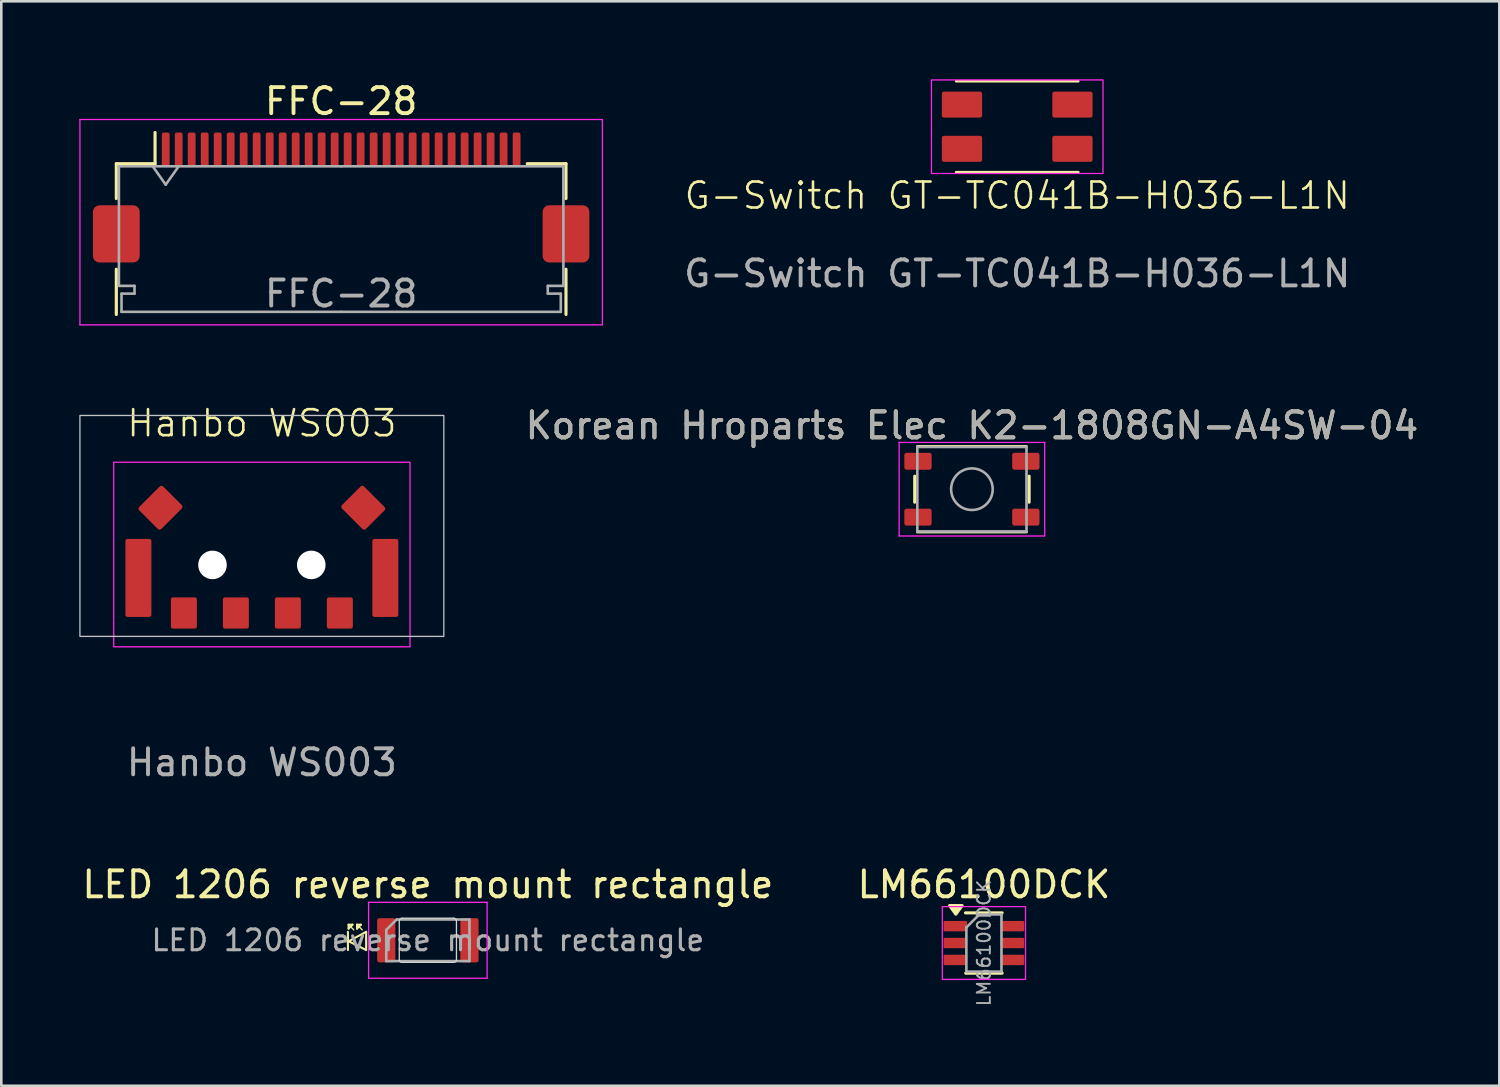
<source format=kicad_pcb>
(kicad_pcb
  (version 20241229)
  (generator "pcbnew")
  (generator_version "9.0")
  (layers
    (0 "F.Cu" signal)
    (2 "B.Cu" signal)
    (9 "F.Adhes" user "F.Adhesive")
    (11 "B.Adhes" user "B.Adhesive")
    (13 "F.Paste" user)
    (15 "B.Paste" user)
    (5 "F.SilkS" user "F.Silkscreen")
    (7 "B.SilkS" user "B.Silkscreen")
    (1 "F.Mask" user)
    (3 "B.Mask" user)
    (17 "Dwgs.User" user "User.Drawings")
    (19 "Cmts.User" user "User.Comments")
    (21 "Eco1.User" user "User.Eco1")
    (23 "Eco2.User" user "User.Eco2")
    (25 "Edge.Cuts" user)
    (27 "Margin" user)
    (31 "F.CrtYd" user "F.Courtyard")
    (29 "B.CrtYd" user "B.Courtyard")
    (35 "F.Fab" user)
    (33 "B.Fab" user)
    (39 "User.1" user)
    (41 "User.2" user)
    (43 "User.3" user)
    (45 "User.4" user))
  (footprint "LM66100DCK"
    (layer "F.Cu")
    (at 34.804 33.23)
    (property "Reference" "LM66100DCK" (at 0 -2.25 180) (layer "F.SilkS") (effects (font (size 1 1) (thickness 0.15))))
    (attr smd)
    (fp_line (start -0.71 -1.16) (end 0.7 -1.16) (stroke (width 0.12) (type solid)) (layer "F.SilkS"))
    (fp_line (start -0.7 1.16) (end 0.7 1.16) (stroke (width 0.12) (type solid)) (layer "F.SilkS"))
    (fp_poly (pts (xy -1.08 -1.11) (xy -1.32 -1.44) (xy -0.84 -1.44) (xy -1.08 -1.11)) (stroke (width 0.12) (type solid)) (fill yes) (layer "F.SilkS"))
    (fp_line (start -1.6 -1.4) (end -1.6 1.4) (stroke (width 0.05) (type solid)) (layer "F.CrtYd"))
    (fp_line (start -1.6 -1.4) (end 1.6 -1.4) (stroke (width 0.05) (type solid)) (layer "F.CrtYd"))
    (fp_line (start -1.6 1.4) (end 1.6 1.4) (stroke (width 0.05) (type solid)) (layer "F.CrtYd"))
    (fp_line (start 1.6 1.4) (end 1.6 -1.4) (stroke (width 0.05) (type solid)) (layer "F.CrtYd"))
    (fp_line (start -0.675 -0.6) (end -0.675 1.1) (stroke (width 0.1) (type solid)) (layer "F.Fab"))
    (fp_line (start -0.175 -1.1) (end -0.675 -0.6) (stroke (width 0.1) (type solid)) (layer "F.Fab"))
    (fp_line (start 0.675 -1.1) (end -0.175 -1.1) (stroke (width 0.1) (type solid)) (layer "F.Fab"))
    (fp_line (start 0.675 -1.1) (end 0.675 1.1) (stroke (width 0.1) (type solid)) (layer "F.Fab"))
    (fp_line (start 0.675 1.1) (end -0.675 1.1) (stroke (width 0.1) (type solid)) (layer "F.Fab"))
    (fp_text user "${REFERENCE}" (at 0 0 90) (layer "F.Fab") (effects (font (size 0.5 0.5) (thickness 0.075))))
    (pad "1" smd roundrect (at -1.1 -0.65) (size 0.9 0.4) (layers "F.Cu" "F.Mask" "F.Paste") (roundrect_rratio 0.125))
    (pad "2" smd roundrect (at -1.1 0) (size 0.9 0.4) (layers "F.Cu" "F.Mask" "F.Paste") (roundrect_rratio 0.125))
    (pad "3" smd roundrect (at -1.1 0.65) (size 0.9 0.4) (layers "F.Cu" "F.Mask" "F.Paste") (roundrect_rratio 0.125))
    (pad "4" smd roundrect (at 1.1 0.65) (size 0.9 0.4) (layers "F.Cu" "F.Mask" "F.Paste") (roundrect_rratio 0.125))
    (pad "5" smd roundrect (at 1.1 0) (size 0.9 0.4) (layers "F.Cu" "F.Mask" "F.Paste") (roundrect_rratio 0.125))
    (pad "6" smd roundrect (at 1.1 -0.65) (size 0.9 0.4) (layers "F.Cu" "F.Mask" "F.Paste") (roundrect_rratio 0.125)))
  (footprint "FFC-28"
    (layer "F.Cu")
    (at 10.075 4.548)
    (property "Reference" "FFC-28" (at 0 -3.7 0) (layer "F.SilkS") (effects (font (size 1 1) (thickness 0.15))))
    (attr smd)
    (fp_line (start -8.65 -1.3) (end -8.65 0.04) (stroke (width 0.12) (type solid)) (layer "F.SilkS"))
    (fp_line (start -8.65 2.76) (end -8.65 4.5) (stroke (width 0.12) (type solid)) (layer "F.SilkS"))
    (fp_line (start -7.16 -1.3) (end -8.65 -1.3) (stroke (width 0.12) (type solid)) (layer "F.SilkS"))
    (fp_line (start -7.16 -1.3) (end -7.16 -2.5) (stroke (width 0.12) (type solid)) (layer "F.SilkS"))
    (fp_line (start 7.16 -1.3) (end 8.65 -1.3) (stroke (width 0.12) (type solid)) (layer "F.SilkS"))
    (fp_line (start 8.65 -1.3) (end 8.65 0.04) (stroke (width 0.12) (type solid)) (layer "F.SilkS"))
    (fp_line (start 8.65 4.5) (end 8.65 2.76) (stroke (width 0.12) (type solid)) (layer "F.SilkS"))
    (fp_line (start -10.05 -3) (end -10.05 4.9) (stroke (width 0.05) (type solid)) (layer "F.CrtYd"))
    (fp_line (start -10.05 4.9) (end 10.05 4.9) (stroke (width 0.05) (type solid)) (layer "F.CrtYd"))
    (fp_line (start 10.05 -3) (end -10.05 -3) (stroke (width 0.05) (type solid)) (layer "F.CrtYd"))
    (fp_line (start 10.05 4.9) (end 10.05 -3) (stroke (width 0.05) (type solid)) (layer "F.CrtYd"))
    (fp_line (start -8.55 -1.2) (end -8.55 3.4) (stroke (width 0.1) (type solid)) (layer "F.Fab"))
    (fp_line (start -8.55 3.4) (end -7.95 3.4) (stroke (width 0.1) (type solid)) (layer "F.Fab"))
    (fp_line (start -8.45 3.7) (end -8.45 4.4) (stroke (width 0.1) (type solid)) (layer "F.Fab"))
    (fp_line (start -8.45 4.4) (end 0 4.4) (stroke (width 0.1) (type solid)) (layer "F.Fab"))
    (fp_line (start -7.95 3.4) (end -7.95 3.7) (stroke (width 0.1) (type solid)) (layer "F.Fab"))
    (fp_line (start -7.95 3.7) (end -8.45 3.7) (stroke (width 0.1) (type solid)) (layer "F.Fab"))
    (fp_line (start -7.25 -1.2) (end -6.75 -0.493) (stroke (width 0.1) (type solid)) (layer "F.Fab"))
    (fp_line (start -6.75 -0.493) (end -6.25 -1.2) (stroke (width 0.1) (type solid)) (layer "F.Fab"))
    (fp_line (start 0 -1.2) (end -8.55 -1.2) (stroke (width 0.1) (type solid)) (layer "F.Fab"))
    (fp_line (start 0 -1.2) (end 8.55 -1.2) (stroke (width 0.1) (type solid)) (layer "F.Fab"))
    (fp_line (start 7.95 3.4) (end 7.95 3.7) (stroke (width 0.1) (type solid)) (layer "F.Fab"))
    (fp_line (start 7.95 3.7) (end 8.45 3.7) (stroke (width 0.1) (type solid)) (layer "F.Fab"))
    (fp_line (start 8.45 3.7) (end 8.45 4.4) (stroke (width 0.1) (type solid)) (layer "F.Fab"))
    (fp_line (start 8.45 4.4) (end 0 4.4) (stroke (width 0.1) (type solid)) (layer "F.Fab"))
    (fp_line (start 8.55 -1.2) (end 8.55 3.4) (stroke (width 0.1) (type solid)) (layer "F.Fab"))
    (fp_line (start 8.55 3.4) (end 7.95 3.4) (stroke (width 0.1) (type solid)) (layer "F.Fab"))
    (fp_text user "${REFERENCE}" (at 0 3.7 0) (layer "F.Fab") (effects (font (size 1 1) (thickness 0.15))))
    (pad "1" smd roundrect (at -6.75 -1.85) (size 0.3 1.3) (layers "F.Cu" "F.Mask" "F.Paste") (roundrect_rratio 0.25))
    (pad "2" smd roundrect (at -6.25 -1.85) (size 0.3 1.3) (layers "F.Cu" "F.Mask" "F.Paste") (roundrect_rratio 0.25))
    (pad "3" smd roundrect (at -5.75 -1.85) (size 0.3 1.3) (layers "F.Cu" "F.Mask" "F.Paste") (roundrect_rratio 0.25))
    (pad "4" smd roundrect (at -5.25 -1.85) (size 0.3 1.3) (layers "F.Cu" "F.Mask" "F.Paste") (roundrect_rratio 0.25))
    (pad "5" smd roundrect (at -4.75 -1.85) (size 0.3 1.3) (layers "F.Cu" "F.Mask" "F.Paste") (roundrect_rratio 0.25))
    (pad "6" smd roundrect (at -4.25 -1.85) (size 0.3 1.3) (layers "F.Cu" "F.Mask" "F.Paste") (roundrect_rratio 0.25))
    (pad "7" smd roundrect (at -3.75 -1.85) (size 0.3 1.3) (layers "F.Cu" "F.Mask" "F.Paste") (roundrect_rratio 0.25))
    (pad "8" smd roundrect (at -3.25 -1.85) (size 0.3 1.3) (layers "F.Cu" "F.Mask" "F.Paste") (roundrect_rratio 0.25))
    (pad "9" smd roundrect (at -2.75 -1.85) (size 0.3 1.3) (layers "F.Cu" "F.Mask" "F.Paste") (roundrect_rratio 0.25))
    (pad "10" smd roundrect (at -2.25 -1.85) (size 0.3 1.3) (layers "F.Cu" "F.Mask" "F.Paste") (roundrect_rratio 0.25))
    (pad "11" smd roundrect (at -1.75 -1.85) (size 0.3 1.3) (layers "F.Cu" "F.Mask" "F.Paste") (roundrect_rratio 0.25))
    (pad "12" smd roundrect (at -1.25 -1.85) (size 0.3 1.3) (layers "F.Cu" "F.Mask" "F.Paste") (roundrect_rratio 0.25))
    (pad "13" smd roundrect (at -0.75 -1.85) (size 0.3 1.3) (layers "F.Cu" "F.Mask" "F.Paste") (roundrect_rratio 0.25))
    (pad "14" smd roundrect (at -0.25 -1.85) (size 0.3 1.3) (layers "F.Cu" "F.Mask" "F.Paste") (roundrect_rratio 0.25))
    (pad "15" smd roundrect (at 0.25 -1.85) (size 0.3 1.3) (layers "F.Cu" "F.Mask" "F.Paste") (roundrect_rratio 0.25))
    (pad "16" smd roundrect (at 0.75 -1.85) (size 0.3 1.3) (layers "F.Cu" "F.Mask" "F.Paste") (roundrect_rratio 0.25))
    (pad "17" smd roundrect (at 1.25 -1.85) (size 0.3 1.3) (layers "F.Cu" "F.Mask" "F.Paste") (roundrect_rratio 0.25))
    (pad "18" smd roundrect (at 1.75 -1.85) (size 0.3 1.3) (layers "F.Cu" "F.Mask" "F.Paste") (roundrect_rratio 0.25))
    (pad "19" smd roundrect (at 2.25 -1.85) (size 0.3 1.3) (layers "F.Cu" "F.Mask" "F.Paste") (roundrect_rratio 0.25))
    (pad "20" smd roundrect (at 2.75 -1.85) (size 0.3 1.3) (layers "F.Cu" "F.Mask" "F.Paste") (roundrect_rratio 0.25))
    (pad "21" smd roundrect (at 3.25 -1.85) (size 0.3 1.3) (layers "F.Cu" "F.Mask" "F.Paste") (roundrect_rratio 0.25))
    (pad "22" smd roundrect (at 3.75 -1.85) (size 0.3 1.3) (layers "F.Cu" "F.Mask" "F.Paste") (roundrect_rratio 0.25))
    (pad "23" smd roundrect (at 4.25 -1.85) (size 0.3 1.3) (layers "F.Cu" "F.Mask" "F.Paste") (roundrect_rratio 0.25))
    (pad "24" smd roundrect (at 4.75 -1.85) (size 0.3 1.3) (layers "F.Cu" "F.Mask" "F.Paste") (roundrect_rratio 0.25))
    (pad "25" smd roundrect (at 5.25 -1.85) (size 0.3 1.3) (layers "F.Cu" "F.Mask" "F.Paste") (roundrect_rratio 0.25))
    (pad "26" smd roundrect (at 5.75 -1.85) (size 0.3 1.3) (layers "F.Cu" "F.Mask" "F.Paste") (roundrect_rratio 0.25))
    (pad "27" smd roundrect (at 6.25 -1.85) (size 0.3 1.3) (layers "F.Cu" "F.Mask" "F.Paste") (roundrect_rratio 0.25))
    (pad "28" smd roundrect (at 6.75 -1.85) (size 0.3 1.3) (layers "F.Cu" "F.Mask" "F.Paste") (roundrect_rratio 0.25))
    (pad "MP" smd roundrect (at -8.65 1.4) (size 1.8 2.2) (layers "F.Cu" "F.Mask" "F.Paste") (roundrect_rratio 0.139))
    (pad "MP" smd roundrect (at 8.65 1.4) (size 1.8 2.2) (layers "F.Cu" "F.Mask" "F.Paste") (roundrect_rratio 0.139)))
  (footprint "LED 1206 reverse mount rectangle"
    (layer "F.Cu")
    (at 13.411 33.125)
    (property "Reference" "LED 1206 reverse mount rectangle" (at 0 -2.145 0) (layer "F.SilkS") (effects (font (size 1 1) (thickness 0.15))))
    (attr smd)
    (fp_line (start -3.075 -0.325) (end -3.075 0.375) (stroke (width 0.08) (type default)) (layer "F.SilkS"))
    (fp_line (start -3.075 0.025) (end -2.375 0.375) (stroke (width 0.08) (type default)) (layer "F.SilkS"))
    (fp_line (start -3.05 -0.6) (end -2.9 -0.6) (stroke (width 0.08) (type default)) (layer "F.SilkS"))
    (fp_line (start -3.05 -0.45) (end -3.05 -0.6) (stroke (width 0.08) (type default)) (layer "F.SilkS"))
    (fp_line (start -2.9 -0.6) (end -3.05 -0.45) (stroke (width 0.08) (type default)) (layer "F.SilkS"))
    (fp_line (start -2.85 -0.4) (end -3.05 -0.6) (stroke (width 0.05) (type default)) (layer "F.SilkS"))
    (fp_line (start -2.725 -0.6) (end -2.575 -0.6) (stroke (width 0.08) (type default)) (layer "F.SilkS"))
    (fp_line (start -2.725 -0.45) (end -2.725 -0.6) (stroke (width 0.08) (type default)) (layer "F.SilkS"))
    (fp_line (start -2.575 -0.6) (end -2.725 -0.45) (stroke (width 0.08) (type default)) (layer "F.SilkS"))
    (fp_line (start -2.525 -0.4) (end -2.725 -0.6) (stroke (width 0.05) (type default)) (layer "F.SilkS"))
    (fp_line (start -2.375 -0.325) (end -3.025 0.025) (stroke (width 0.08) (type default)) (layer "F.SilkS"))
    (fp_line (start -2.375 -0.325) (end -2.375 0.375) (stroke (width 0.08) (type solid)) (layer "F.SilkS"))
    (fp_line (start -1.1 0.75) (end -1.1 -0.75) (stroke (width 0.05) (type default)) (layer "Edge.Cuts"))
    (fp_line (start -1 -0.85) (end 1 -0.85) (stroke (width 0.05) (type default)) (layer "Edge.Cuts"))
    (fp_line (start 1 0.85) (end -1 0.85) (stroke (width 0.05) (type default)) (layer "Edge.Cuts"))
    (fp_line (start 1.1 -0.75) (end 1.1 0.75) (stroke (width 0.05) (type default)) (layer "Edge.Cuts"))
    (fp_arc (start -1.1 -0.75) (mid -1.070711 -0.820711) (end -1 -0.85) (stroke (width 0.05) (type default)) (layer "Edge.Cuts"))
    (fp_arc (start -1 0.85) (mid -1.070711 0.820711) (end -1.1 0.75) (stroke (width 0.05) (type default)) (layer "Edge.Cuts"))
    (fp_arc (start 1 -0.85) (mid 1.070711 -0.820711) (end 1.1 -0.75) (stroke (width 0.05) (type default)) (layer "Edge.Cuts"))
    (fp_arc (start 1.1 0.75) (mid 1.070711 0.820711) (end 1 0.85) (stroke (width 0.05) (type default)) (layer "Edge.Cuts"))
    (fp_line (start -2.28 -1.46) (end 2.28 -1.46) (stroke (width 0.05) (type solid)) (layer "F.CrtYd"))
    (fp_line (start -2.28 1.46) (end -2.28 -1.46) (stroke (width 0.05) (type solid)) (layer "F.CrtYd"))
    (fp_line (start 2.28 -1.46) (end 2.28 1.46) (stroke (width 0.05) (type solid)) (layer "F.CrtYd"))
    (fp_line (start 2.28 1.46) (end -2.28 1.46) (stroke (width 0.05) (type solid)) (layer "F.CrtYd"))
    (fp_line (start -1.6 -0.4) (end -1.6 0.8) (stroke (width 0.1) (type solid)) (layer "F.Fab"))
    (fp_line (start -1.6 0.8) (end 1.6 0.8) (stroke (width 0.1) (type solid)) (layer "F.Fab"))
    (fp_line (start -1.2 -0.8) (end -1.6 -0.4) (stroke (width 0.1) (type solid)) (layer "F.Fab"))
    (fp_line (start 1.6 -0.8) (end -1.2 -0.8) (stroke (width 0.1) (type solid)) (layer "F.Fab"))
    (fp_line (start 1.6 0.8) (end 1.6 -0.8) (stroke (width 0.1) (type solid)) (layer "F.Fab"))
    (fp_text user "${REFERENCE}" (at 0 0 0) (layer "F.Fab") (effects (font (size 0.8 0.8) (thickness 0.12))))
    (pad "1" smd roundrect (at -1.6 0) (size 0.7 1.7) (layers "F.Cu" "F.Mask" "F.Paste") (roundrect_rratio 0.114))
    (pad "2" smd roundrect (at 1.6 0) (size 0.7 1.7) (layers "F.Cu" "F.Mask" "F.Paste") (roundrect_rratio 0.114)))
  (footprint "Korean Hroparts Elec K2-1808GN-A4SW-04"
    (layer "F.Cu")
    (at 34.342 15.771)
    (property "Reference" "Korean Hroparts Elec K2-1808GN-A4SW-04" (at 0 -2.45 0) (layer "F.SilkS") (effects (font (size 1 1) (thickness 0.15))))
    (attr smd)
    (fp_line (start -2.2 0.5) (end -2.2 -0.5) (stroke (width 0.12) (type solid)) (layer "F.SilkS"))
    (fp_line (start -2.1 1.65) (end 2.1 1.65) (stroke (width 0.1) (type solid)) (layer "F.SilkS"))
    (fp_line (start 2.1 -1.65) (end -2.1 -1.65) (stroke (width 0.1) (type solid)) (layer "F.SilkS"))
    (fp_line (start 2.2 0.5) (end 2.2 -0.5) (stroke (width 0.12) (type solid)) (layer "F.SilkS"))
    (fp_line (start -2.8 -1.8) (end 2.8 -1.8) (stroke (width 0.05) (type solid)) (layer "F.CrtYd"))
    (fp_line (start -2.8 1.8) (end -2.8 -1.8) (stroke (width 0.05) (type solid)) (layer "F.CrtYd"))
    (fp_line (start 2.8 -1.8) (end 2.8 1.8) (stroke (width 0.05) (type solid)) (layer "F.CrtYd"))
    (fp_line (start 2.8 1.8) (end -2.8 1.8) (stroke (width 0.05) (type solid)) (layer "F.CrtYd"))
    (fp_line (start -2.1 -1.625) (end 2.1 -1.625) (stroke (width 0.1) (type solid)) (layer "F.Fab"))
    (fp_line (start -2.1 1.625) (end -2.1 -1.625) (stroke (width 0.1) (type solid)) (layer "F.Fab"))
    (fp_line (start 2.1 -1.625) (end 2.1 1.625) (stroke (width 0.1) (type solid)) (layer "F.Fab"))
    (fp_line (start 2.1 1.625) (end -2.1 1.625) (stroke (width 0.1) (type solid)) (layer "F.Fab"))
    (fp_circle (center 0 0) (end 0 0.8) (stroke (width 0.1) (type solid)) (fill no) (layer "F.Fab"))
    (fp_text user "${REFERENCE}" (at 0 -2.45 0) (layer "F.Fab") (effects (font (size 1 1) (thickness 0.15))))
    (pad "1" smd roundrect (at -2.075 -1.075) (size 1.05 0.65) (layers "F.Cu" "F.Mask" "F.Paste") (roundrect_rratio 0.13))
    (pad "1" smd roundrect (at 2.075 -1.075) (size 1.05 0.65) (layers "F.Cu" "F.Mask" "F.Paste") (roundrect_rratio 0.13))
    (pad "2" smd roundrect (at -2.075 1.075) (size 1.05 0.65) (layers "F.Cu" "F.Mask" "F.Paste") (roundrect_rratio 0.13))
    (pad "2" smd roundrect (at 2.075 1.075) (size 1.05 0.65) (layers "F.Cu" "F.Mask" "F.Paste") (roundrect_rratio 0.13)))
  (footprint "Hanbo WS003"
    (layer "F.Cu")
    (at 7.025 18.684)
    (property "Reference" "Hanbo WS003" (at 0 -5.45 0) (unlocked yes) (layer "F.SilkS") (effects (font (size 1 1) (thickness 0.1))))
    (attr smd)
    (fp_rect (start -7 -5.75) (end 7 2.75) (stroke (width 0.05) (type solid)) (fill no) (layer "Dwgs.User"))
    (fp_rect (start -5.7 -3.95) (end 5.7 3.15) (stroke (width 0.05) (type solid)) (fill no) (layer "F.CrtYd"))
    (fp_text user "${REFERENCE}" (at 0 7.6 0) (unlocked yes) (layer "F.Fab") (effects (font (size 1 1) (thickness 0.15))))
    (pad "" np_thru_hole circle (at -1.9 0) (size 1.1 1.1) (drill 1.1) (layers "*.Cu" "*.Mask"))
    (pad "" np_thru_hole circle (at 1.9 0) (size 1.1 1.1) (drill 1.1) (layers "*.Cu" "*.Mask"))
    (pad "1" smd roundrect (at -3 1.85) (size 1 1.2) (layers "F.Cu" "F.Mask" "F.Paste") (roundrect_rratio 0.08))
    (pad "2" smd roundrect (at 3 1.85) (size 1 1.2) (layers "F.Cu" "F.Mask" "F.Paste") (roundrect_rratio 0.08))
    (pad "C" smd roundrect (at -1 1.85) (size 1 1.2) (layers "F.Cu" "F.Mask" "F.Paste") (roundrect_rratio 0.08))
    (pad "MP" smd roundrect (at -4.75 0.5) (size 1 3) (layers "F.Cu" "F.Mask" "F.Paste") (roundrect_rratio 0.08))
    (pad "MP" smd roundrect (at -3.9 -2.2 45) (size 1.3 1.2) (layers "F.Cu" "F.Mask" "F.Paste") (roundrect_rratio 0.08))
    (pad "MP" smd roundrect (at 3.9 -2.2 315) (size 1.3 1.2) (layers "F.Cu" "F.Mask" "F.Paste") (roundrect_rratio 0.08))
    (pad "MP" smd roundrect (at 4.75 0.5) (size 1 3) (layers "F.Cu" "F.Mask" "F.Paste") (roundrect_rratio 0.08))
    (pad "T" smd roundrect (at 1 1.85) (size 1 1.2) (layers "F.Cu" "F.Mask" "F.Paste") (roundrect_rratio 0.08)))
  (footprint "G-Switch GT-TC041B-H036-L1N"
    (layer "F.Cu")
    (at 36.085 1.825)
    (property "Reference" "G-Switch GT-TC041B-H036-L1N" (at 0 2.65 0) (unlocked yes) (layer "F.SilkS") (effects (font (size 1 1) (thickness 0.1))))
    (attr smd)
    (fp_line (start -2.35 -1.75) (end 2.35 -1.75) (stroke (width 0.1) (type solid)) (layer "F.SilkS"))
    (fp_line (start -2.35 1.75) (end 2.35 1.75) (stroke (width 0.1) (type solid)) (layer "F.SilkS"))
    (fp_rect (start -3.3 -1.8) (end 3.3 1.8) (stroke (width 0.05) (type default)) (fill no) (layer "F.CrtYd"))
    (fp_text user "${REFERENCE}" (at 0 5.65 0) (unlocked yes) (layer "F.Fab") (effects (font (size 1 1) (thickness 0.15))))
    (pad "1" smd roundrect (at -2.125 -0.85) (size 1.55 1) (layers "F.Cu" "F.Mask" "F.Paste") (roundrect_rratio 0.08))
    (pad "1" smd roundrect (at 2.125 -0.85) (size 1.55 1) (layers "F.Cu" "F.Mask" "F.Paste") (roundrect_rratio 0.08))
    (pad "2" smd roundrect (at -2.125 0.85) (size 1.55 1) (layers "F.Cu" "F.Mask" "F.Paste") (roundrect_rratio 0.08))
    (pad "2" smd roundrect (at 2.125 0.85) (size 1.55 1) (layers "F.Cu" "F.Mask" "F.Paste") (roundrect_rratio 0.08)))
  (gr_rect
    (start -3 -3)
    (end 54.633 38.721)
    (stroke (width 0.1) (type default))
    (fill no)
    (layer "Edge.Cuts")))
</source>
